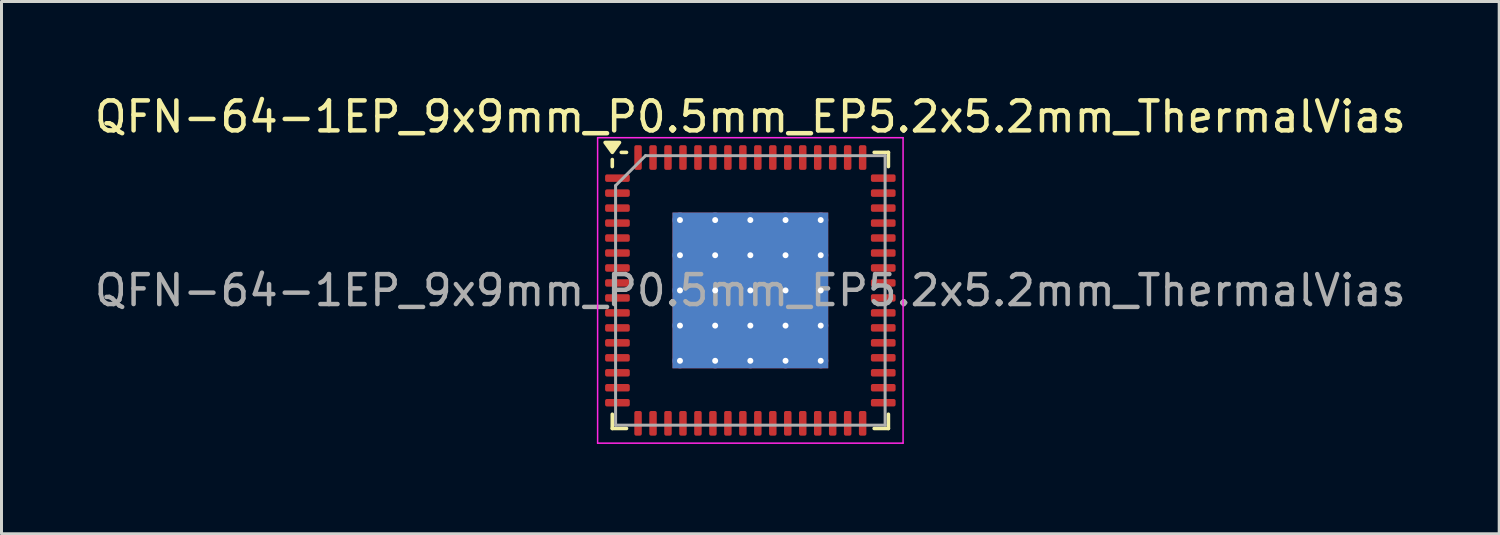
<source format=kicad_pcb>
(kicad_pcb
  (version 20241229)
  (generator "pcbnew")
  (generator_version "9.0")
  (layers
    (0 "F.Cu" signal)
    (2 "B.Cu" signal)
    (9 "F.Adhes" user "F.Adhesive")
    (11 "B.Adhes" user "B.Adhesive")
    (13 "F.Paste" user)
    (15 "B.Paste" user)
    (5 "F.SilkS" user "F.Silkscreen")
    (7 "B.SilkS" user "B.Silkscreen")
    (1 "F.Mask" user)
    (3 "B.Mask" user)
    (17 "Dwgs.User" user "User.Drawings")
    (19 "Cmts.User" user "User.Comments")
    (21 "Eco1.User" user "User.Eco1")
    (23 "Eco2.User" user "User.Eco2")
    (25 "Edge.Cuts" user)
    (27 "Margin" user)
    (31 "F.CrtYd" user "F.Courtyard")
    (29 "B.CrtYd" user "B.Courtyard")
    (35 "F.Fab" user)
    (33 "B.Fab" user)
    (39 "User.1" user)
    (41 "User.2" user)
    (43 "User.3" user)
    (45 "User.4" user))
  (footprint "QFN-64-1EP_9x9mm_P0.5mm_EP5.2x5.2mm_ThermalVias"
    (layer "F.Cu")
    (at 22.006 6.648)
    (property "Reference" "QFN-64-1EP_9x9mm_P0.5mm_EP5.2x5.2mm_ThermalVias" (at 0 -5.8 0) (layer "F.SilkS") (effects (font (size 1 1) (thickness 0.15))))
    (attr smd)
    (fp_line (start -4.61 -4.135) (end -4.61 -4.37) (stroke (width 0.12) (type solid)) (layer "F.SilkS"))
    (fp_line (start -4.61 4.61) (end -4.61 4.135) (stroke (width 0.12) (type solid)) (layer "F.SilkS"))
    (fp_line (start -4.135 -4.61) (end -4.31 -4.61) (stroke (width 0.12) (type solid)) (layer "F.SilkS"))
    (fp_line (start -4.135 4.61) (end -4.61 4.61) (stroke (width 0.12) (type solid)) (layer "F.SilkS"))
    (fp_line (start 4.135 -4.61) (end 4.61 -4.61) (stroke (width 0.12) (type solid)) (layer "F.SilkS"))
    (fp_line (start 4.135 4.61) (end 4.61 4.61) (stroke (width 0.12) (type solid)) (layer "F.SilkS"))
    (fp_line (start 4.61 -4.61) (end 4.61 -4.135) (stroke (width 0.12) (type solid)) (layer "F.SilkS"))
    (fp_line (start 4.61 4.61) (end 4.61 4.135) (stroke (width 0.12) (type solid)) (layer "F.SilkS"))
    (fp_poly (pts (xy -4.61 -4.61) (xy -4.85 -4.94) (xy -4.37 -4.94) (xy -4.61 -4.61)) (stroke (width 0.12) (type solid)) (fill yes) (layer "F.SilkS"))
    (fp_line (start -5.1 -5.1) (end -5.1 5.1) (stroke (width 0.05) (type solid)) (layer "F.CrtYd"))
    (fp_line (start -5.1 5.1) (end 5.1 5.1) (stroke (width 0.05) (type solid)) (layer "F.CrtYd"))
    (fp_line (start 5.1 -5.1) (end -5.1 -5.1) (stroke (width 0.05) (type solid)) (layer "F.CrtYd"))
    (fp_line (start 5.1 5.1) (end 5.1 -5.1) (stroke (width 0.05) (type solid)) (layer "F.CrtYd"))
    (fp_line (start -4.5 -3.5) (end -3.5 -4.5) (stroke (width 0.1) (type solid)) (layer "F.Fab"))
    (fp_line (start -4.5 4.5) (end -4.5 -3.5) (stroke (width 0.1) (type solid)) (layer "F.Fab"))
    (fp_line (start -3.5 -4.5) (end 4.5 -4.5) (stroke (width 0.1) (type solid)) (layer "F.Fab"))
    (fp_line (start 4.5 -4.5) (end 4.5 4.5) (stroke (width 0.1) (type solid)) (layer "F.Fab"))
    (fp_line (start 4.5 4.5) (end -4.5 4.5) (stroke (width 0.1) (type solid)) (layer "F.Fab"))
    (fp_text user "${REFERENCE}" (at 0 0 0) (layer "F.Fab") (effects (font (size 1 1) (thickness 0.15))))
    (pad "" smd roundrect (at -1.762 -1.762) (size 1.007 1.007) (layers "F.Paste") (roundrect_rratio 0.248))
    (pad "" smd roundrect (at -1.762 -0.588) (size 1.007 1.007) (layers "F.Paste") (roundrect_rratio 0.248))
    (pad "" smd roundrect (at -1.762 0.588) (size 1.007 1.007) (layers "F.Paste") (roundrect_rratio 0.248))
    (pad "" smd roundrect (at -1.762 1.762) (size 1.007 1.007) (layers "F.Paste") (roundrect_rratio 0.248))
    (pad "" smd roundrect (at -0.588 -1.762) (size 1.007 1.007) (layers "F.Paste") (roundrect_rratio 0.248))
    (pad "" smd roundrect (at -0.588 -0.588) (size 1.007 1.007) (layers "F.Paste") (roundrect_rratio 0.248))
    (pad "" smd roundrect (at -0.588 0.588) (size 1.007 1.007) (layers "F.Paste") (roundrect_rratio 0.248))
    (pad "" smd roundrect (at -0.588 1.762) (size 1.007 1.007) (layers "F.Paste") (roundrect_rratio 0.248))
    (pad "" smd roundrect (at 0.588 -1.762) (size 1.007 1.007) (layers "F.Paste") (roundrect_rratio 0.248))
    (pad "" smd roundrect (at 0.588 -0.588) (size 1.007 1.007) (layers "F.Paste") (roundrect_rratio 0.248))
    (pad "" smd roundrect (at 0.588 0.588) (size 1.007 1.007) (layers "F.Paste") (roundrect_rratio 0.248))
    (pad "" smd roundrect (at 0.588 1.762) (size 1.007 1.007) (layers "F.Paste") (roundrect_rratio 0.248))
    (pad "" smd roundrect (at 1.762 -1.762) (size 1.007 1.007) (layers "F.Paste") (roundrect_rratio 0.248))
    (pad "" smd roundrect (at 1.762 -0.588) (size 1.007 1.007) (layers "F.Paste") (roundrect_rratio 0.248))
    (pad "" smd roundrect (at 1.762 0.588) (size 1.007 1.007) (layers "F.Paste") (roundrect_rratio 0.248))
    (pad "" smd roundrect (at 1.762 1.762) (size 1.007 1.007) (layers "F.Paste") (roundrect_rratio 0.248))
    (pad "1" smd roundrect (at -4.438 -3.75) (size 0.825 0.25) (layers "F.Cu" "F.Mask" "F.Paste") (roundrect_rratio 0.25))
    (pad "2" smd roundrect (at -4.438 -3.25) (size 0.825 0.25) (layers "F.Cu" "F.Mask" "F.Paste") (roundrect_rratio 0.25))
    (pad "3" smd roundrect (at -4.438 -2.75) (size 0.825 0.25) (layers "F.Cu" "F.Mask" "F.Paste") (roundrect_rratio 0.25))
    (pad "4" smd roundrect (at -4.438 -2.25) (size 0.825 0.25) (layers "F.Cu" "F.Mask" "F.Paste") (roundrect_rratio 0.25))
    (pad "5" smd roundrect (at -4.438 -1.75) (size 0.825 0.25) (layers "F.Cu" "F.Mask" "F.Paste") (roundrect_rratio 0.25))
    (pad "6" smd roundrect (at -4.438 -1.25) (size 0.825 0.25) (layers "F.Cu" "F.Mask" "F.Paste") (roundrect_rratio 0.25))
    (pad "7" smd roundrect (at -4.438 -0.75) (size 0.825 0.25) (layers "F.Cu" "F.Mask" "F.Paste") (roundrect_rratio 0.25))
    (pad "8" smd roundrect (at -4.438 -0.25) (size 0.825 0.25) (layers "F.Cu" "F.Mask" "F.Paste") (roundrect_rratio 0.25))
    (pad "9" smd roundrect (at -4.438 0.25) (size 0.825 0.25) (layers "F.Cu" "F.Mask" "F.Paste") (roundrect_rratio 0.25))
    (pad "10" smd roundrect (at -4.438 0.75) (size 0.825 0.25) (layers "F.Cu" "F.Mask" "F.Paste") (roundrect_rratio 0.25))
    (pad "11" smd roundrect (at -4.438 1.25) (size 0.825 0.25) (layers "F.Cu" "F.Mask" "F.Paste") (roundrect_rratio 0.25))
    (pad "12" smd roundrect (at -4.438 1.75) (size 0.825 0.25) (layers "F.Cu" "F.Mask" "F.Paste") (roundrect_rratio 0.25))
    (pad "13" smd roundrect (at -4.438 2.25) (size 0.825 0.25) (layers "F.Cu" "F.Mask" "F.Paste") (roundrect_rratio 0.25))
    (pad "14" smd roundrect (at -4.438 2.75) (size 0.825 0.25) (layers "F.Cu" "F.Mask" "F.Paste") (roundrect_rratio 0.25))
    (pad "15" smd roundrect (at -4.438 3.25) (size 0.825 0.25) (layers "F.Cu" "F.Mask" "F.Paste") (roundrect_rratio 0.25))
    (pad "16" smd roundrect (at -4.438 3.75) (size 0.825 0.25) (layers "F.Cu" "F.Mask" "F.Paste") (roundrect_rratio 0.25))
    (pad "17" smd roundrect (at -3.75 4.438) (size 0.25 0.825) (layers "F.Cu" "F.Mask" "F.Paste") (roundrect_rratio 0.25))
    (pad "18" smd roundrect (at -3.25 4.438) (size 0.25 0.825) (layers "F.Cu" "F.Mask" "F.Paste") (roundrect_rratio 0.25))
    (pad "19" smd roundrect (at -2.75 4.438) (size 0.25 0.825) (layers "F.Cu" "F.Mask" "F.Paste") (roundrect_rratio 0.25))
    (pad "20" smd roundrect (at -2.25 4.438) (size 0.25 0.825) (layers "F.Cu" "F.Mask" "F.Paste") (roundrect_rratio 0.25))
    (pad "21" smd roundrect (at -1.75 4.438) (size 0.25 0.825) (layers "F.Cu" "F.Mask" "F.Paste") (roundrect_rratio 0.25))
    (pad "22" smd roundrect (at -1.25 4.438) (size 0.25 0.825) (layers "F.Cu" "F.Mask" "F.Paste") (roundrect_rratio 0.25))
    (pad "23" smd roundrect (at -0.75 4.438) (size 0.25 0.825) (layers "F.Cu" "F.Mask" "F.Paste") (roundrect_rratio 0.25))
    (pad "24" smd roundrect (at -0.25 4.438) (size 0.25 0.825) (layers "F.Cu" "F.Mask" "F.Paste") (roundrect_rratio 0.25))
    (pad "25" smd roundrect (at 0.25 4.438) (size 0.25 0.825) (layers "F.Cu" "F.Mask" "F.Paste") (roundrect_rratio 0.25))
    (pad "26" smd roundrect (at 0.75 4.438) (size 0.25 0.825) (layers "F.Cu" "F.Mask" "F.Paste") (roundrect_rratio 0.25))
    (pad "27" smd roundrect (at 1.25 4.438) (size 0.25 0.825) (layers "F.Cu" "F.Mask" "F.Paste") (roundrect_rratio 0.25))
    (pad "28" smd roundrect (at 1.75 4.438) (size 0.25 0.825) (layers "F.Cu" "F.Mask" "F.Paste") (roundrect_rratio 0.25))
    (pad "29" smd roundrect (at 2.25 4.438) (size 0.25 0.825) (layers "F.Cu" "F.Mask" "F.Paste") (roundrect_rratio 0.25))
    (pad "30" smd roundrect (at 2.75 4.438) (size 0.25 0.825) (layers "F.Cu" "F.Mask" "F.Paste") (roundrect_rratio 0.25))
    (pad "31" smd roundrect (at 3.25 4.438) (size 0.25 0.825) (layers "F.Cu" "F.Mask" "F.Paste") (roundrect_rratio 0.25))
    (pad "32" smd roundrect (at 3.75 4.438) (size 0.25 0.825) (layers "F.Cu" "F.Mask" "F.Paste") (roundrect_rratio 0.25))
    (pad "33" smd roundrect (at 4.438 3.75) (size 0.825 0.25) (layers "F.Cu" "F.Mask" "F.Paste") (roundrect_rratio 0.25))
    (pad "34" smd roundrect (at 4.438 3.25) (size 0.825 0.25) (layers "F.Cu" "F.Mask" "F.Paste") (roundrect_rratio 0.25))
    (pad "35" smd roundrect (at 4.438 2.75) (size 0.825 0.25) (layers "F.Cu" "F.Mask" "F.Paste") (roundrect_rratio 0.25))
    (pad "36" smd roundrect (at 4.438 2.25) (size 0.825 0.25) (layers "F.Cu" "F.Mask" "F.Paste") (roundrect_rratio 0.25))
    (pad "37" smd roundrect (at 4.438 1.75) (size 0.825 0.25) (layers "F.Cu" "F.Mask" "F.Paste") (roundrect_rratio 0.25))
    (pad "38" smd roundrect (at 4.438 1.25) (size 0.825 0.25) (layers "F.Cu" "F.Mask" "F.Paste") (roundrect_rratio 0.25))
    (pad "39" smd roundrect (at 4.438 0.75) (size 0.825 0.25) (layers "F.Cu" "F.Mask" "F.Paste") (roundrect_rratio 0.25))
    (pad "40" smd roundrect (at 4.438 0.25) (size 0.825 0.25) (layers "F.Cu" "F.Mask" "F.Paste") (roundrect_rratio 0.25))
    (pad "41" smd roundrect (at 4.438 -0.25) (size 0.825 0.25) (layers "F.Cu" "F.Mask" "F.Paste") (roundrect_rratio 0.25))
    (pad "42" smd roundrect (at 4.438 -0.75) (size 0.825 0.25) (layers "F.Cu" "F.Mask" "F.Paste") (roundrect_rratio 0.25))
    (pad "43" smd roundrect (at 4.438 -1.25) (size 0.825 0.25) (layers "F.Cu" "F.Mask" "F.Paste") (roundrect_rratio 0.25))
    (pad "44" smd roundrect (at 4.438 -1.75) (size 0.825 0.25) (layers "F.Cu" "F.Mask" "F.Paste") (roundrect_rratio 0.25))
    (pad "45" smd roundrect (at 4.438 -2.25) (size 0.825 0.25) (layers "F.Cu" "F.Mask" "F.Paste") (roundrect_rratio 0.25))
    (pad "46" smd roundrect (at 4.438 -2.75) (size 0.825 0.25) (layers "F.Cu" "F.Mask" "F.Paste") (roundrect_rratio 0.25))
    (pad "47" smd roundrect (at 4.438 -3.25) (size 0.825 0.25) (layers "F.Cu" "F.Mask" "F.Paste") (roundrect_rratio 0.25))
    (pad "48" smd roundrect (at 4.438 -3.75) (size 0.825 0.25) (layers "F.Cu" "F.Mask" "F.Paste") (roundrect_rratio 0.25))
    (pad "49" smd roundrect (at 3.75 -4.438) (size 0.25 0.825) (layers "F.Cu" "F.Mask" "F.Paste") (roundrect_rratio 0.25))
    (pad "50" smd roundrect (at 3.25 -4.438) (size 0.25 0.825) (layers "F.Cu" "F.Mask" "F.Paste") (roundrect_rratio 0.25))
    (pad "51" smd roundrect (at 2.75 -4.438) (size 0.25 0.825) (layers "F.Cu" "F.Mask" "F.Paste") (roundrect_rratio 0.25))
    (pad "52" smd roundrect (at 2.25 -4.438) (size 0.25 0.825) (layers "F.Cu" "F.Mask" "F.Paste") (roundrect_rratio 0.25))
    (pad "53" smd roundrect (at 1.75 -4.438) (size 0.25 0.825) (layers "F.Cu" "F.Mask" "F.Paste") (roundrect_rratio 0.25))
    (pad "54" smd roundrect (at 1.25 -4.438) (size 0.25 0.825) (layers "F.Cu" "F.Mask" "F.Paste") (roundrect_rratio 0.25))
    (pad "55" smd roundrect (at 0.75 -4.438) (size 0.25 0.825) (layers "F.Cu" "F.Mask" "F.Paste") (roundrect_rratio 0.25))
    (pad "56" smd roundrect (at 0.25 -4.438) (size 0.25 0.825) (layers "F.Cu" "F.Mask" "F.Paste") (roundrect_rratio 0.25))
    (pad "57" smd roundrect (at -0.25 -4.438) (size 0.25 0.825) (layers "F.Cu" "F.Mask" "F.Paste") (roundrect_rratio 0.25))
    (pad "58" smd roundrect (at -0.75 -4.438) (size 0.25 0.825) (layers "F.Cu" "F.Mask" "F.Paste") (roundrect_rratio 0.25))
    (pad "59" smd roundrect (at -1.25 -4.438) (size 0.25 0.825) (layers "F.Cu" "F.Mask" "F.Paste") (roundrect_rratio 0.25))
    (pad "60" smd roundrect (at -1.75 -4.438) (size 0.25 0.825) (layers "F.Cu" "F.Mask" "F.Paste") (roundrect_rratio 0.25))
    (pad "61" smd roundrect (at -2.25 -4.438) (size 0.25 0.825) (layers "F.Cu" "F.Mask" "F.Paste") (roundrect_rratio 0.25))
    (pad "62" smd roundrect (at -2.75 -4.438) (size 0.25 0.825) (layers "F.Cu" "F.Mask" "F.Paste") (roundrect_rratio 0.25))
    (pad "63" smd roundrect (at -3.25 -4.438) (size 0.25 0.825) (layers "F.Cu" "F.Mask" "F.Paste") (roundrect_rratio 0.25))
    (pad "64" smd roundrect (at -3.75 -4.438) (size 0.25 0.825) (layers "F.Cu" "F.Mask" "F.Paste") (roundrect_rratio 0.25))
    (pad "65" thru_hole circle (at -2.35 -2.35) (size 0.5 0.5) (drill 0.2) (property pad_prop_heatsink) (layers "*.Cu"))
    (pad "65" thru_hole circle (at -2.35 -1.175) (size 0.5 0.5) (drill 0.2) (property pad_prop_heatsink) (layers "*.Cu"))
    (pad "65" thru_hole circle (at -2.35 0) (size 0.5 0.5) (drill 0.2) (property pad_prop_heatsink) (layers "*.Cu"))
    (pad "65" thru_hole circle (at -2.35 1.175) (size 0.5 0.5) (drill 0.2) (property pad_prop_heatsink) (layers "*.Cu"))
    (pad "65" thru_hole circle (at -2.35 2.35) (size 0.5 0.5) (drill 0.2) (property pad_prop_heatsink) (layers "*.Cu"))
    (pad "65" thru_hole circle (at -1.175 -2.35) (size 0.5 0.5) (drill 0.2) (property pad_prop_heatsink) (layers "*.Cu"))
    (pad "65" thru_hole circle (at -1.175 -1.175) (size 0.5 0.5) (drill 0.2) (property pad_prop_heatsink) (layers "*.Cu"))
    (pad "65" thru_hole circle (at -1.175 0) (size 0.5 0.5) (drill 0.2) (property pad_prop_heatsink) (layers "*.Cu"))
    (pad "65" thru_hole circle (at -1.175 1.175) (size 0.5 0.5) (drill 0.2) (property pad_prop_heatsink) (layers "*.Cu"))
    (pad "65" thru_hole circle (at -1.175 2.35) (size 0.5 0.5) (drill 0.2) (property pad_prop_heatsink) (layers "*.Cu"))
    (pad "65" thru_hole circle (at 0 -2.35) (size 0.5 0.5) (drill 0.2) (property pad_prop_heatsink) (layers "*.Cu"))
    (pad "65" thru_hole circle (at 0 -1.175) (size 0.5 0.5) (drill 0.2) (property pad_prop_heatsink) (layers "*.Cu"))
    (pad "65" thru_hole circle (at 0 0) (size 0.5 0.5) (drill 0.2) (property pad_prop_heatsink) (layers "*.Cu"))
    (pad "65" smd rect (at 0 0) (size 5.2 5.2) (property pad_prop_heatsink) (layers "F.Cu" "F.Mask"))
    (pad "65" smd rect (at 0 0) (size 5.2 5.2) (property pad_prop_heatsink) (layers "B.Cu"))
    (pad "65" thru_hole circle (at 0 1.175) (size 0.5 0.5) (drill 0.2) (property pad_prop_heatsink) (layers "*.Cu"))
    (pad "65" thru_hole circle (at 0 2.35) (size 0.5 0.5) (drill 0.2) (property pad_prop_heatsink) (layers "*.Cu"))
    (pad "65" thru_hole circle (at 1.175 -2.35) (size 0.5 0.5) (drill 0.2) (property pad_prop_heatsink) (layers "*.Cu"))
    (pad "65" thru_hole circle (at 1.175 -1.175) (size 0.5 0.5) (drill 0.2) (property pad_prop_heatsink) (layers "*.Cu"))
    (pad "65" thru_hole circle (at 1.175 0) (size 0.5 0.5) (drill 0.2) (property pad_prop_heatsink) (layers "*.Cu"))
    (pad "65" thru_hole circle (at 1.175 1.175) (size 0.5 0.5) (drill 0.2) (property pad_prop_heatsink) (layers "*.Cu"))
    (pad "65" thru_hole circle (at 1.175 2.35) (size 0.5 0.5) (drill 0.2) (property pad_prop_heatsink) (layers "*.Cu"))
    (pad "65" thru_hole circle (at 2.35 -2.35) (size 0.5 0.5) (drill 0.2) (property pad_prop_heatsink) (layers "*.Cu"))
    (pad "65" thru_hole circle (at 2.35 -1.175) (size 0.5 0.5) (drill 0.2) (property pad_prop_heatsink) (layers "*.Cu"))
    (pad "65" thru_hole circle (at 2.35 0) (size 0.5 0.5) (drill 0.2) (property pad_prop_heatsink) (layers "*.Cu"))
    (pad "65" thru_hole circle (at 2.35 1.175) (size 0.5 0.5) (drill 0.2) (property pad_prop_heatsink) (layers "*.Cu"))
    (pad "65" thru_hole circle (at 2.35 2.35) (size 0.5 0.5) (drill 0.2) (property pad_prop_heatsink) (layers "*.Cu")))
  (gr_rect
    (start -3 -3)
    (end 47.012 14.773)
    (stroke (width 0.1) (type default))
    (fill no)
    (layer "Edge.Cuts")))
</source>
